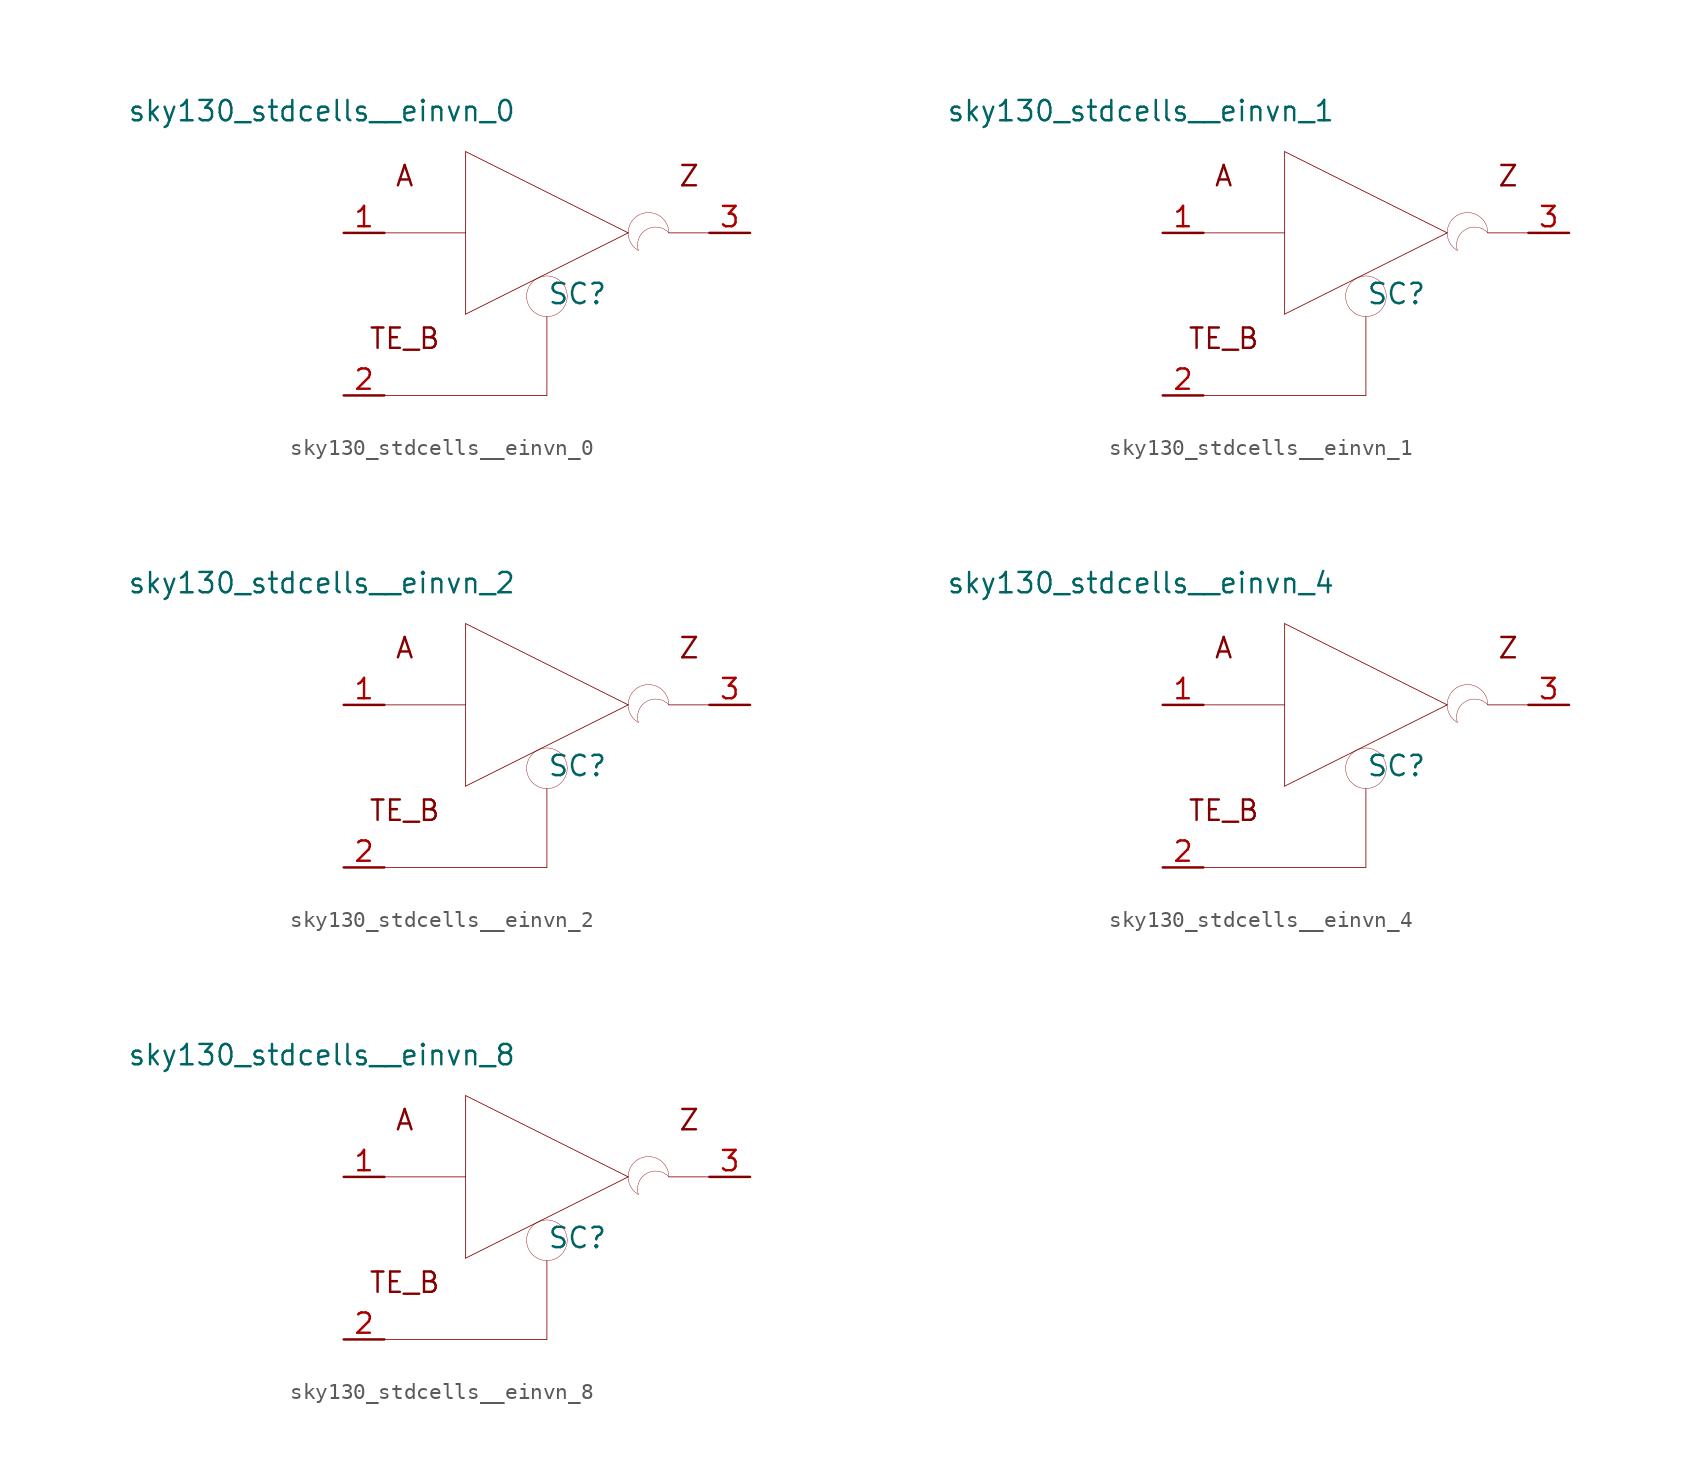
<source format=kicad_sym>
(kicad_symbol_lib
  (version 20211014)
  (generator kicad_symbol_editor)
  (symbol "sky130_stdcells__einvn_0"
    (pin_names hide)
    (property "Reference" "SC"
      (at 1.905 -3.81 0)
      (effects (font (size 1.27 1.27))))
    (property "Value" "sky130_stdcells__einvn_0"
      (at -1.905 7.62 0)
      (effects (font (size 1.27 1.27)) (justify right)))
    (symbol "sky130_stdcells__einvn_0_0_0"
      (arc (start -0.635 -5.0623) (mid 0.635 -5.0623) (end 1.27 -3.9624) (stroke (width 0.0254) (type default) (color 0 0 0 0)) (fill (type none)))
      (arc (start -0.635 -2.8625) (mid -1.27 -3.9624) (end -0.635 -5.0623) (stroke (width 0.0254) (type default) (color 0 0 0 0)) (fill (type none)))
      (polyline (pts (xy -10.16 -10.16) (xy 0 -10.16)) (stroke (width 0.051) (type default) (color 0 0 0 0)) (fill (type none)))
      (polyline (pts (xy -10.16 0) (xy -5.08 0)) (stroke (width 0.051) (type default) (color 0 0 0 0)) (fill (type none)))
      (polyline (pts (xy -5.08 -5.08) (xy 5.08 0)) (stroke (width 0.051) (type default) (color 0 0 0 0)) (fill (type none)))
      (polyline (pts (xy -5.08 5.08) (xy -5.08 -5.08)) (stroke (width 0.051) (type default) (color 0 0 0 0)) (fill (type none)))
      (polyline (pts (xy -5.08 5.08) (xy 5.08 0)) (stroke (width 0.051) (type default) (color 0 0 0 0)) (fill (type none)))
      (polyline (pts (xy 0 -5.232) (xy 0 -10.16)) (stroke (width 0.051) (type default) (color 0 0 0 0)) (fill (type none)))
      (polyline (pts (xy 7.62 0) (xy 10.16 0)) (stroke (width 0.051) (type default) (color 0 0 0 0)) (fill (type none)))
      (arc (start 1.27 -3.9624) (mid 0.635 -2.8626) (end -0.635 -2.8625) (stroke (width 0.0254) (type default) (color 0 0 0 0)) (fill (type none)))
      (arc (start 5.715 1.0999) (mid 5.08 0) (end 5.715 -1.0999) (stroke (width 0.0254) (type default) (color 0 0 0 0)) (fill (type none)))
      (arc (start 7.62 0) (mid 5.7631 0.4743) (end 5.715 -1.0999) (stroke (width 0.0254) (type default) (color 0 0 0 0)) (fill (type none)))
      (arc (start 7.62 0) (mid 6.985 1.0998) (end 5.715 1.0999) (stroke (width 0.0254) (type default) (color 0 0 0 0)) (fill (type none)))
      (text "A" (at -8.89 3.556 0) (effects (font (size 1.27 1.27))))
      (text "TE_B" (at -8.89 -6.604 0) (effects (font (size 1.27 1.27))))
      (text "Z" (at 8.89 3.556 0) (effects (font (size 1.27 1.27)))))
    (symbol "sky130_stdcells__einvn_0_1_1"
      (pin input line (at -12.7 0 0) (length 2.54) (name "A" (effects (font (size 1.092 1.092)))) (number "1" (effects (font (size 1.27 1.27)))))
      (pin input line (at -12.7 -10.16 0) (length 2.54) (name "TE_B" (effects (font (size 1.092 1.092)))) (number "2" (effects (font (size 1.27 1.27)))))
      (pin output line (at 12.7 0 180) (length 2.54) (name "Z" (effects (font (size 1.092 1.092)))) (number "3" (effects (font (size 1.27 1.27)))))))
  (symbol "sky130_stdcells__einvn_1"
    (pin_names hide)
    (property "Reference" "SC"
      (at 1.905 -3.81 0)
      (effects (font (size 1.27 1.27))))
    (property "Value" "sky130_stdcells__einvn_1"
      (at -1.905 7.62 0)
      (effects (font (size 1.27 1.27)) (justify right)))
    (symbol "sky130_stdcells__einvn_1_0_0"
      (arc (start -0.635 -5.0623) (mid 0.635 -5.0623) (end 1.27 -3.9624) (stroke (width 0.0254) (type default) (color 0 0 0 0)) (fill (type none)))
      (arc (start -0.635 -2.8625) (mid -1.27 -3.9624) (end -0.635 -5.0623) (stroke (width 0.0254) (type default) (color 0 0 0 0)) (fill (type none)))
      (polyline (pts (xy -10.16 -10.16) (xy 0 -10.16)) (stroke (width 0.051) (type default) (color 0 0 0 0)) (fill (type none)))
      (polyline (pts (xy -10.16 0) (xy -5.08 0)) (stroke (width 0.051) (type default) (color 0 0 0 0)) (fill (type none)))
      (polyline (pts (xy -5.08 -5.08) (xy 5.08 0)) (stroke (width 0.051) (type default) (color 0 0 0 0)) (fill (type none)))
      (polyline (pts (xy -5.08 5.08) (xy -5.08 -5.08)) (stroke (width 0.051) (type default) (color 0 0 0 0)) (fill (type none)))
      (polyline (pts (xy -5.08 5.08) (xy 5.08 0)) (stroke (width 0.051) (type default) (color 0 0 0 0)) (fill (type none)))
      (polyline (pts (xy 0 -5.232) (xy 0 -10.16)) (stroke (width 0.051) (type default) (color 0 0 0 0)) (fill (type none)))
      (polyline (pts (xy 7.62 0) (xy 10.16 0)) (stroke (width 0.051) (type default) (color 0 0 0 0)) (fill (type none)))
      (arc (start 1.27 -3.9624) (mid 0.635 -2.8626) (end -0.635 -2.8625) (stroke (width 0.0254) (type default) (color 0 0 0 0)) (fill (type none)))
      (arc (start 5.715 1.0999) (mid 5.08 0) (end 5.715 -1.0999) (stroke (width 0.0254) (type default) (color 0 0 0 0)) (fill (type none)))
      (arc (start 7.62 0) (mid 5.7631 0.4743) (end 5.715 -1.0999) (stroke (width 0.0254) (type default) (color 0 0 0 0)) (fill (type none)))
      (arc (start 7.62 0) (mid 6.985 1.0998) (end 5.715 1.0999) (stroke (width 0.0254) (type default) (color 0 0 0 0)) (fill (type none)))
      (text "A" (at -8.89 3.556 0) (effects (font (size 1.27 1.27))))
      (text "TE_B" (at -8.89 -6.604 0) (effects (font (size 1.27 1.27))))
      (text "Z" (at 8.89 3.556 0) (effects (font (size 1.27 1.27)))))
    (symbol "sky130_stdcells__einvn_1_1_1"
      (pin input line (at -12.7 0 0) (length 2.54) (name "A" (effects (font (size 1.092 1.092)))) (number "1" (effects (font (size 1.27 1.27)))))
      (pin input line (at -12.7 -10.16 0) (length 2.54) (name "TE_B" (effects (font (size 1.092 1.092)))) (number "2" (effects (font (size 1.27 1.27)))))
      (pin output line (at 12.7 0 180) (length 2.54) (name "Z" (effects (font (size 1.092 1.092)))) (number "3" (effects (font (size 1.27 1.27)))))))
  (symbol "sky130_stdcells__einvn_2"
    (pin_names hide)
    (property "Reference" "SC"
      (at 1.905 -3.81 0)
      (effects (font (size 1.27 1.27))))
    (property "Value" "sky130_stdcells__einvn_2"
      (at -1.905 7.62 0)
      (effects (font (size 1.27 1.27)) (justify right)))
    (symbol "sky130_stdcells__einvn_2_0_0"
      (arc (start -0.635 -5.0623) (mid 0.635 -5.0623) (end 1.27 -3.9624) (stroke (width 0.0254) (type default) (color 0 0 0 0)) (fill (type none)))
      (arc (start -0.635 -2.8625) (mid -1.27 -3.9624) (end -0.635 -5.0623) (stroke (width 0.0254) (type default) (color 0 0 0 0)) (fill (type none)))
      (polyline (pts (xy -10.16 -10.16) (xy 0 -10.16)) (stroke (width 0.051) (type default) (color 0 0 0 0)) (fill (type none)))
      (polyline (pts (xy -10.16 0) (xy -5.08 0)) (stroke (width 0.051) (type default) (color 0 0 0 0)) (fill (type none)))
      (polyline (pts (xy -5.08 -5.08) (xy 5.08 0)) (stroke (width 0.051) (type default) (color 0 0 0 0)) (fill (type none)))
      (polyline (pts (xy -5.08 5.08) (xy -5.08 -5.08)) (stroke (width 0.051) (type default) (color 0 0 0 0)) (fill (type none)))
      (polyline (pts (xy -5.08 5.08) (xy 5.08 0)) (stroke (width 0.051) (type default) (color 0 0 0 0)) (fill (type none)))
      (polyline (pts (xy 0 -5.232) (xy 0 -10.16)) (stroke (width 0.051) (type default) (color 0 0 0 0)) (fill (type none)))
      (polyline (pts (xy 7.62 0) (xy 10.16 0)) (stroke (width 0.051) (type default) (color 0 0 0 0)) (fill (type none)))
      (arc (start 1.27 -3.9624) (mid 0.635 -2.8626) (end -0.635 -2.8625) (stroke (width 0.0254) (type default) (color 0 0 0 0)) (fill (type none)))
      (arc (start 5.715 1.0999) (mid 5.08 0) (end 5.715 -1.0999) (stroke (width 0.0254) (type default) (color 0 0 0 0)) (fill (type none)))
      (arc (start 7.62 0) (mid 5.7631 0.4743) (end 5.715 -1.0999) (stroke (width 0.0254) (type default) (color 0 0 0 0)) (fill (type none)))
      (arc (start 7.62 0) (mid 6.985 1.0998) (end 5.715 1.0999) (stroke (width 0.0254) (type default) (color 0 0 0 0)) (fill (type none)))
      (text "A" (at -8.89 3.556 0) (effects (font (size 1.27 1.27))))
      (text "TE_B" (at -8.89 -6.604 0) (effects (font (size 1.27 1.27))))
      (text "Z" (at 8.89 3.556 0) (effects (font (size 1.27 1.27)))))
    (symbol "sky130_stdcells__einvn_2_1_1"
      (pin input line (at -12.7 0 0) (length 2.54) (name "A" (effects (font (size 1.092 1.092)))) (number "1" (effects (font (size 1.27 1.27)))))
      (pin input line (at -12.7 -10.16 0) (length 2.54) (name "TE_B" (effects (font (size 1.092 1.092)))) (number "2" (effects (font (size 1.27 1.27)))))
      (pin output line (at 12.7 0 180) (length 2.54) (name "Z" (effects (font (size 1.092 1.092)))) (number "3" (effects (font (size 1.27 1.27)))))))
  (symbol "sky130_stdcells__einvn_4"
    (pin_names hide)
    (property "Reference" "SC"
      (at 1.905 -3.81 0)
      (effects (font (size 1.27 1.27))))
    (property "Value" "sky130_stdcells__einvn_4"
      (at -1.905 7.62 0)
      (effects (font (size 1.27 1.27)) (justify right)))
    (symbol "sky130_stdcells__einvn_4_0_0"
      (arc (start -0.635 -5.0623) (mid 0.635 -5.0623) (end 1.27 -3.9624) (stroke (width 0.0254) (type default) (color 0 0 0 0)) (fill (type none)))
      (arc (start -0.635 -2.8625) (mid -1.27 -3.9624) (end -0.635 -5.0623) (stroke (width 0.0254) (type default) (color 0 0 0 0)) (fill (type none)))
      (polyline (pts (xy -10.16 -10.16) (xy 0 -10.16)) (stroke (width 0.051) (type default) (color 0 0 0 0)) (fill (type none)))
      (polyline (pts (xy -10.16 0) (xy -5.08 0)) (stroke (width 0.051) (type default) (color 0 0 0 0)) (fill (type none)))
      (polyline (pts (xy -5.08 -5.08) (xy 5.08 0)) (stroke (width 0.051) (type default) (color 0 0 0 0)) (fill (type none)))
      (polyline (pts (xy -5.08 5.08) (xy -5.08 -5.08)) (stroke (width 0.051) (type default) (color 0 0 0 0)) (fill (type none)))
      (polyline (pts (xy -5.08 5.08) (xy 5.08 0)) (stroke (width 0.051) (type default) (color 0 0 0 0)) (fill (type none)))
      (polyline (pts (xy 0 -5.232) (xy 0 -10.16)) (stroke (width 0.051) (type default) (color 0 0 0 0)) (fill (type none)))
      (polyline (pts (xy 7.62 0) (xy 10.16 0)) (stroke (width 0.051) (type default) (color 0 0 0 0)) (fill (type none)))
      (arc (start 1.27 -3.9624) (mid 0.635 -2.8626) (end -0.635 -2.8625) (stroke (width 0.0254) (type default) (color 0 0 0 0)) (fill (type none)))
      (arc (start 5.715 1.0999) (mid 5.08 0) (end 5.715 -1.0999) (stroke (width 0.0254) (type default) (color 0 0 0 0)) (fill (type none)))
      (arc (start 7.62 0) (mid 5.7631 0.4743) (end 5.715 -1.0999) (stroke (width 0.0254) (type default) (color 0 0 0 0)) (fill (type none)))
      (arc (start 7.62 0) (mid 6.985 1.0998) (end 5.715 1.0999) (stroke (width 0.0254) (type default) (color 0 0 0 0)) (fill (type none)))
      (text "A" (at -8.89 3.556 0) (effects (font (size 1.27 1.27))))
      (text "TE_B" (at -8.89 -6.604 0) (effects (font (size 1.27 1.27))))
      (text "Z" (at 8.89 3.556 0) (effects (font (size 1.27 1.27)))))
    (symbol "sky130_stdcells__einvn_4_1_1"
      (pin input line (at -12.7 0 0) (length 2.54) (name "A" (effects (font (size 1.092 1.092)))) (number "1" (effects (font (size 1.27 1.27)))))
      (pin input line (at -12.7 -10.16 0) (length 2.54) (name "TE_B" (effects (font (size 1.092 1.092)))) (number "2" (effects (font (size 1.27 1.27)))))
      (pin output line (at 12.7 0 180) (length 2.54) (name "Z" (effects (font (size 1.092 1.092)))) (number "3" (effects (font (size 1.27 1.27)))))))
  (symbol "sky130_stdcells__einvn_8"
    (pin_names hide)
    (property "Reference" "SC"
      (at 1.905 -3.81 0)
      (effects (font (size 1.27 1.27))))
    (property "Value" "sky130_stdcells__einvn_8"
      (at -1.905 7.62 0)
      (effects (font (size 1.27 1.27)) (justify right)))
    (symbol "sky130_stdcells__einvn_8_0_0"
      (arc (start -0.635 -5.0623) (mid 0.635 -5.0623) (end 1.27 -3.9624) (stroke (width 0.0254) (type default) (color 0 0 0 0)) (fill (type none)))
      (arc (start -0.635 -2.8625) (mid -1.27 -3.9624) (end -0.635 -5.0623) (stroke (width 0.0254) (type default) (color 0 0 0 0)) (fill (type none)))
      (polyline (pts (xy -10.16 -10.16) (xy 0 -10.16)) (stroke (width 0.051) (type default) (color 0 0 0 0)) (fill (type none)))
      (polyline (pts (xy -10.16 0) (xy -5.08 0)) (stroke (width 0.051) (type default) (color 0 0 0 0)) (fill (type none)))
      (polyline (pts (xy -5.08 -5.08) (xy 5.08 0)) (stroke (width 0.051) (type default) (color 0 0 0 0)) (fill (type none)))
      (polyline (pts (xy -5.08 5.08) (xy -5.08 -5.08)) (stroke (width 0.051) (type default) (color 0 0 0 0)) (fill (type none)))
      (polyline (pts (xy -5.08 5.08) (xy 5.08 0)) (stroke (width 0.051) (type default) (color 0 0 0 0)) (fill (type none)))
      (polyline (pts (xy 0 -5.232) (xy 0 -10.16)) (stroke (width 0.051) (type default) (color 0 0 0 0)) (fill (type none)))
      (polyline (pts (xy 7.62 0) (xy 10.16 0)) (stroke (width 0.051) (type default) (color 0 0 0 0)) (fill (type none)))
      (arc (start 1.27 -3.9624) (mid 0.635 -2.8626) (end -0.635 -2.8625) (stroke (width 0.0254) (type default) (color 0 0 0 0)) (fill (type none)))
      (arc (start 5.715 1.0999) (mid 5.08 0) (end 5.715 -1.0999) (stroke (width 0.0254) (type default) (color 0 0 0 0)) (fill (type none)))
      (arc (start 7.62 0) (mid 5.7631 0.4743) (end 5.715 -1.0999) (stroke (width 0.0254) (type default) (color 0 0 0 0)) (fill (type none)))
      (arc (start 7.62 0) (mid 6.985 1.0998) (end 5.715 1.0999) (stroke (width 0.0254) (type default) (color 0 0 0 0)) (fill (type none)))
      (text "A" (at -8.89 3.556 0) (effects (font (size 1.27 1.27))))
      (text "TE_B" (at -8.89 -6.604 0) (effects (font (size 1.27 1.27))))
      (text "Z" (at 8.89 3.556 0) (effects (font (size 1.27 1.27)))))
    (symbol "sky130_stdcells__einvn_8_1_1"
      (pin input line (at -12.7 0 0) (length 2.54) (name "A" (effects (font (size 1.092 1.092)))) (number "1" (effects (font (size 1.27 1.27)))))
      (pin input line (at -12.7 -10.16 0) (length 2.54) (name "TE_B" (effects (font (size 1.092 1.092)))) (number "2" (effects (font (size 1.27 1.27)))))
      (pin output line (at 12.7 0 180) (length 2.54) (name "Z" (effects (font (size 1.092 1.092)))) (number "3" (effects (font (size 1.27 1.27))))))))
</source>
